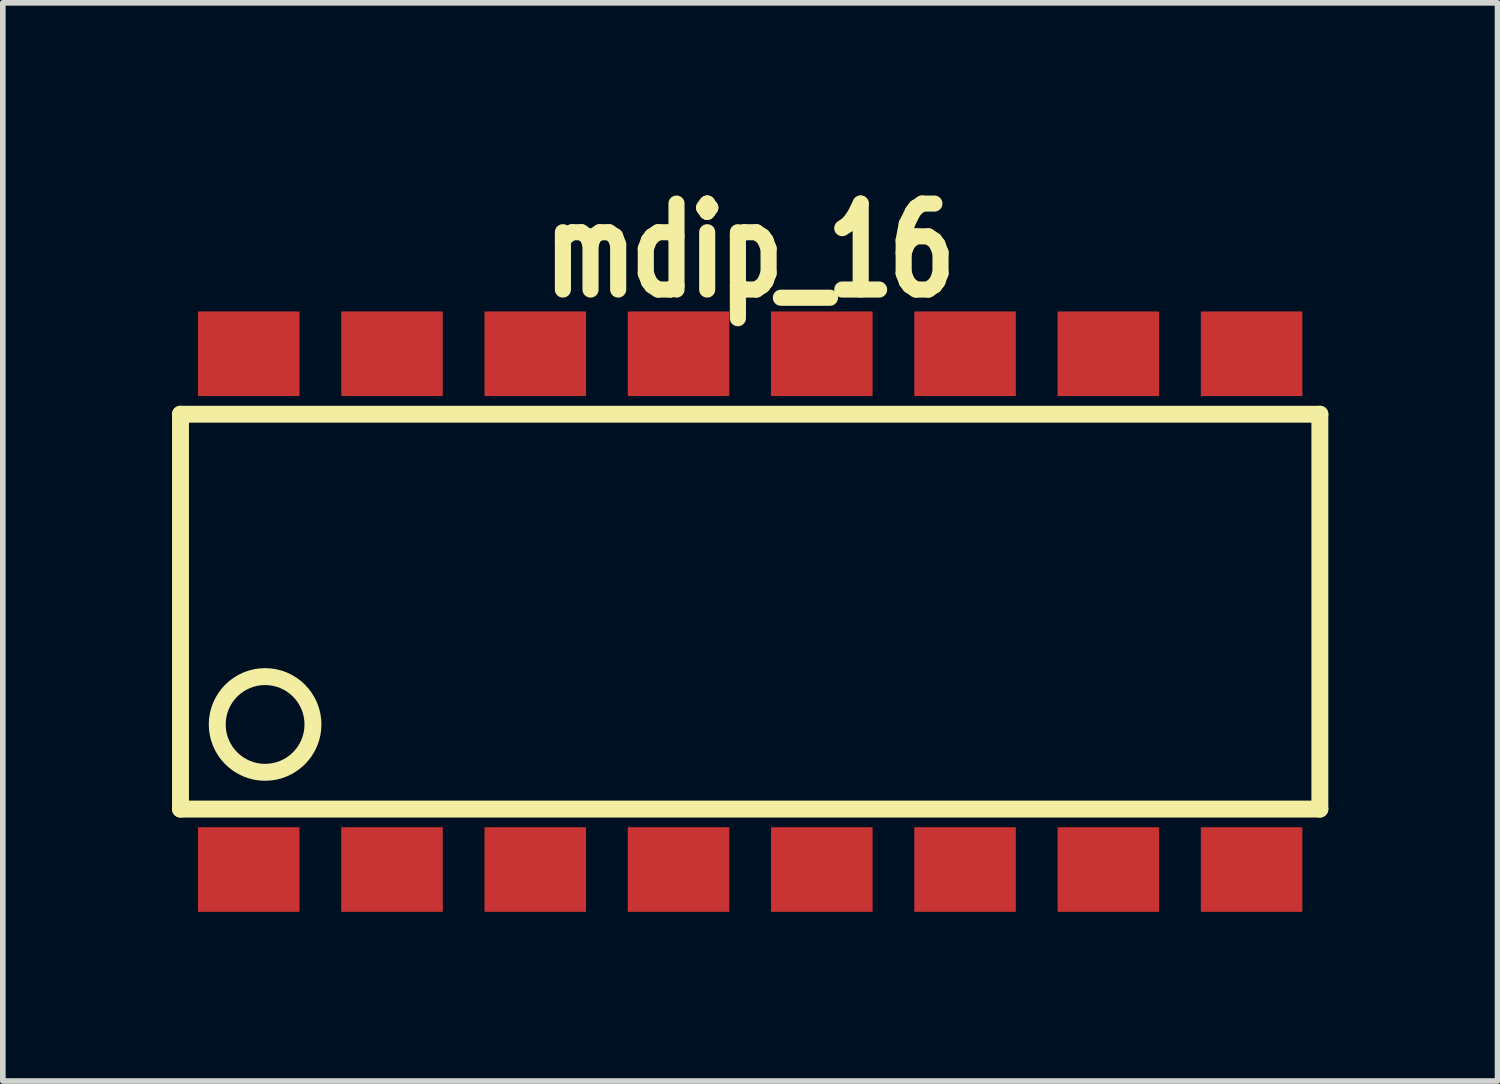
<source format=kicad_pcb>
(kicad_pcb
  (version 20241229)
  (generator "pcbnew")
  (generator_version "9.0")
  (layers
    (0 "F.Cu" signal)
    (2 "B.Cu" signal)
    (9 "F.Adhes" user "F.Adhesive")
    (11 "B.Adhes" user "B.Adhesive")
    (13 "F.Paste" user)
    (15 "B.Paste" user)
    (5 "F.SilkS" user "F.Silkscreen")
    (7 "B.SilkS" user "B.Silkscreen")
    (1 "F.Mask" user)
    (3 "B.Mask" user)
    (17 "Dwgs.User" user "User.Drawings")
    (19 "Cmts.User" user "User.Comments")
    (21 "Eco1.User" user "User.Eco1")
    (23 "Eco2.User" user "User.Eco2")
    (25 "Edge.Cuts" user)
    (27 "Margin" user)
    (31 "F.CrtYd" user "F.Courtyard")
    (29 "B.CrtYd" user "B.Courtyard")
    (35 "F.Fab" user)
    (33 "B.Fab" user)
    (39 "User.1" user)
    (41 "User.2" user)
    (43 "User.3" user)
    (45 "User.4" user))
  (footprint "mdip_16"
    (layer "F.Cu")
    (at 10.25 7.794)
    (property "Reference" "mdip_16" (at 0 -6.401 0) (layer "F.SilkS") (effects (font (size 1.524 1.143) (thickness 0.287))))
    (attr through_hole)
    (fp_line (start -10.1 -3.5) (end 10.1 -3.5) (stroke (width 0.3) (type solid)) (layer "F.SilkS"))
    (fp_line (start -10.1 3.5) (end -10.1 -3.5) (stroke (width 0.3) (type solid)) (layer "F.SilkS"))
    (fp_line (start 10.1 -3.5) (end 10.1 3.5) (stroke (width 0.3) (type solid)) (layer "F.SilkS"))
    (fp_line (start 10.1 3.5) (end -10.1 3.5) (stroke (width 0.3) (type solid)) (layer "F.SilkS"))
    (fp_circle (center -8.6 2) (end -9.2 1.4) (stroke (width 0.3) (type solid)) (fill no) (layer "F.SilkS"))
    (pad "1" smd rect (at -8.89 4.572) (size 1.8 1.5) (layers "F.Cu" "F.Mask" "F.Paste"))
    (pad "2" smd rect (at -6.35 4.572) (size 1.8 1.5) (layers "F.Cu" "F.Mask" "F.Paste"))
    (pad "3" smd rect (at -3.81 4.572) (size 1.8 1.5) (layers "F.Cu" "F.Mask" "F.Paste"))
    (pad "4" smd rect (at -1.27 4.572) (size 1.8 1.5) (layers "F.Cu" "F.Mask" "F.Paste"))
    (pad "5" smd rect (at 1.27 4.572) (size 1.8 1.5) (layers "F.Cu" "F.Mask" "F.Paste"))
    (pad "6" smd rect (at 3.81 4.572) (size 1.8 1.5) (layers "F.Cu" "F.Mask" "F.Paste"))
    (pad "7" smd rect (at 6.35 4.572) (size 1.8 1.5) (layers "F.Cu" "F.Mask" "F.Paste"))
    (pad "8" smd rect (at 8.89 4.572) (size 1.8 1.5) (layers "F.Cu" "F.Mask" "F.Paste"))
    (pad "9" smd rect (at 8.89 -4.572) (size 1.8 1.5) (layers "F.Cu" "F.Mask" "F.Paste"))
    (pad "10" smd rect (at 6.35 -4.572) (size 1.8 1.5) (layers "F.Cu" "F.Mask" "F.Paste"))
    (pad "11" smd rect (at 3.81 -4.572) (size 1.8 1.5) (layers "F.Cu" "F.Mask" "F.Paste"))
    (pad "12" smd rect (at 1.27 -4.572) (size 1.8 1.5) (layers "F.Cu" "F.Mask" "F.Paste"))
    (pad "13" smd rect (at -1.27 -4.572) (size 1.8 1.5) (layers "F.Cu" "F.Mask" "F.Paste"))
    (pad "14" smd rect (at -3.81 -4.572) (size 1.8 1.5) (layers "F.Cu" "F.Mask" "F.Paste"))
    (pad "15" smd rect (at -6.35 -4.572) (size 1.8 1.5) (layers "F.Cu" "F.Mask" "F.Paste"))
    (pad "16" smd rect (at -8.89 -4.572) (size 1.8 1.5) (layers "F.Cu" "F.Mask" "F.Paste")))
  (gr_rect
    (start -3 -3)
    (end 23.5 16.116)
    (stroke (width 0.1) (type default))
    (fill no)
    (layer "Edge.Cuts")))
</source>
